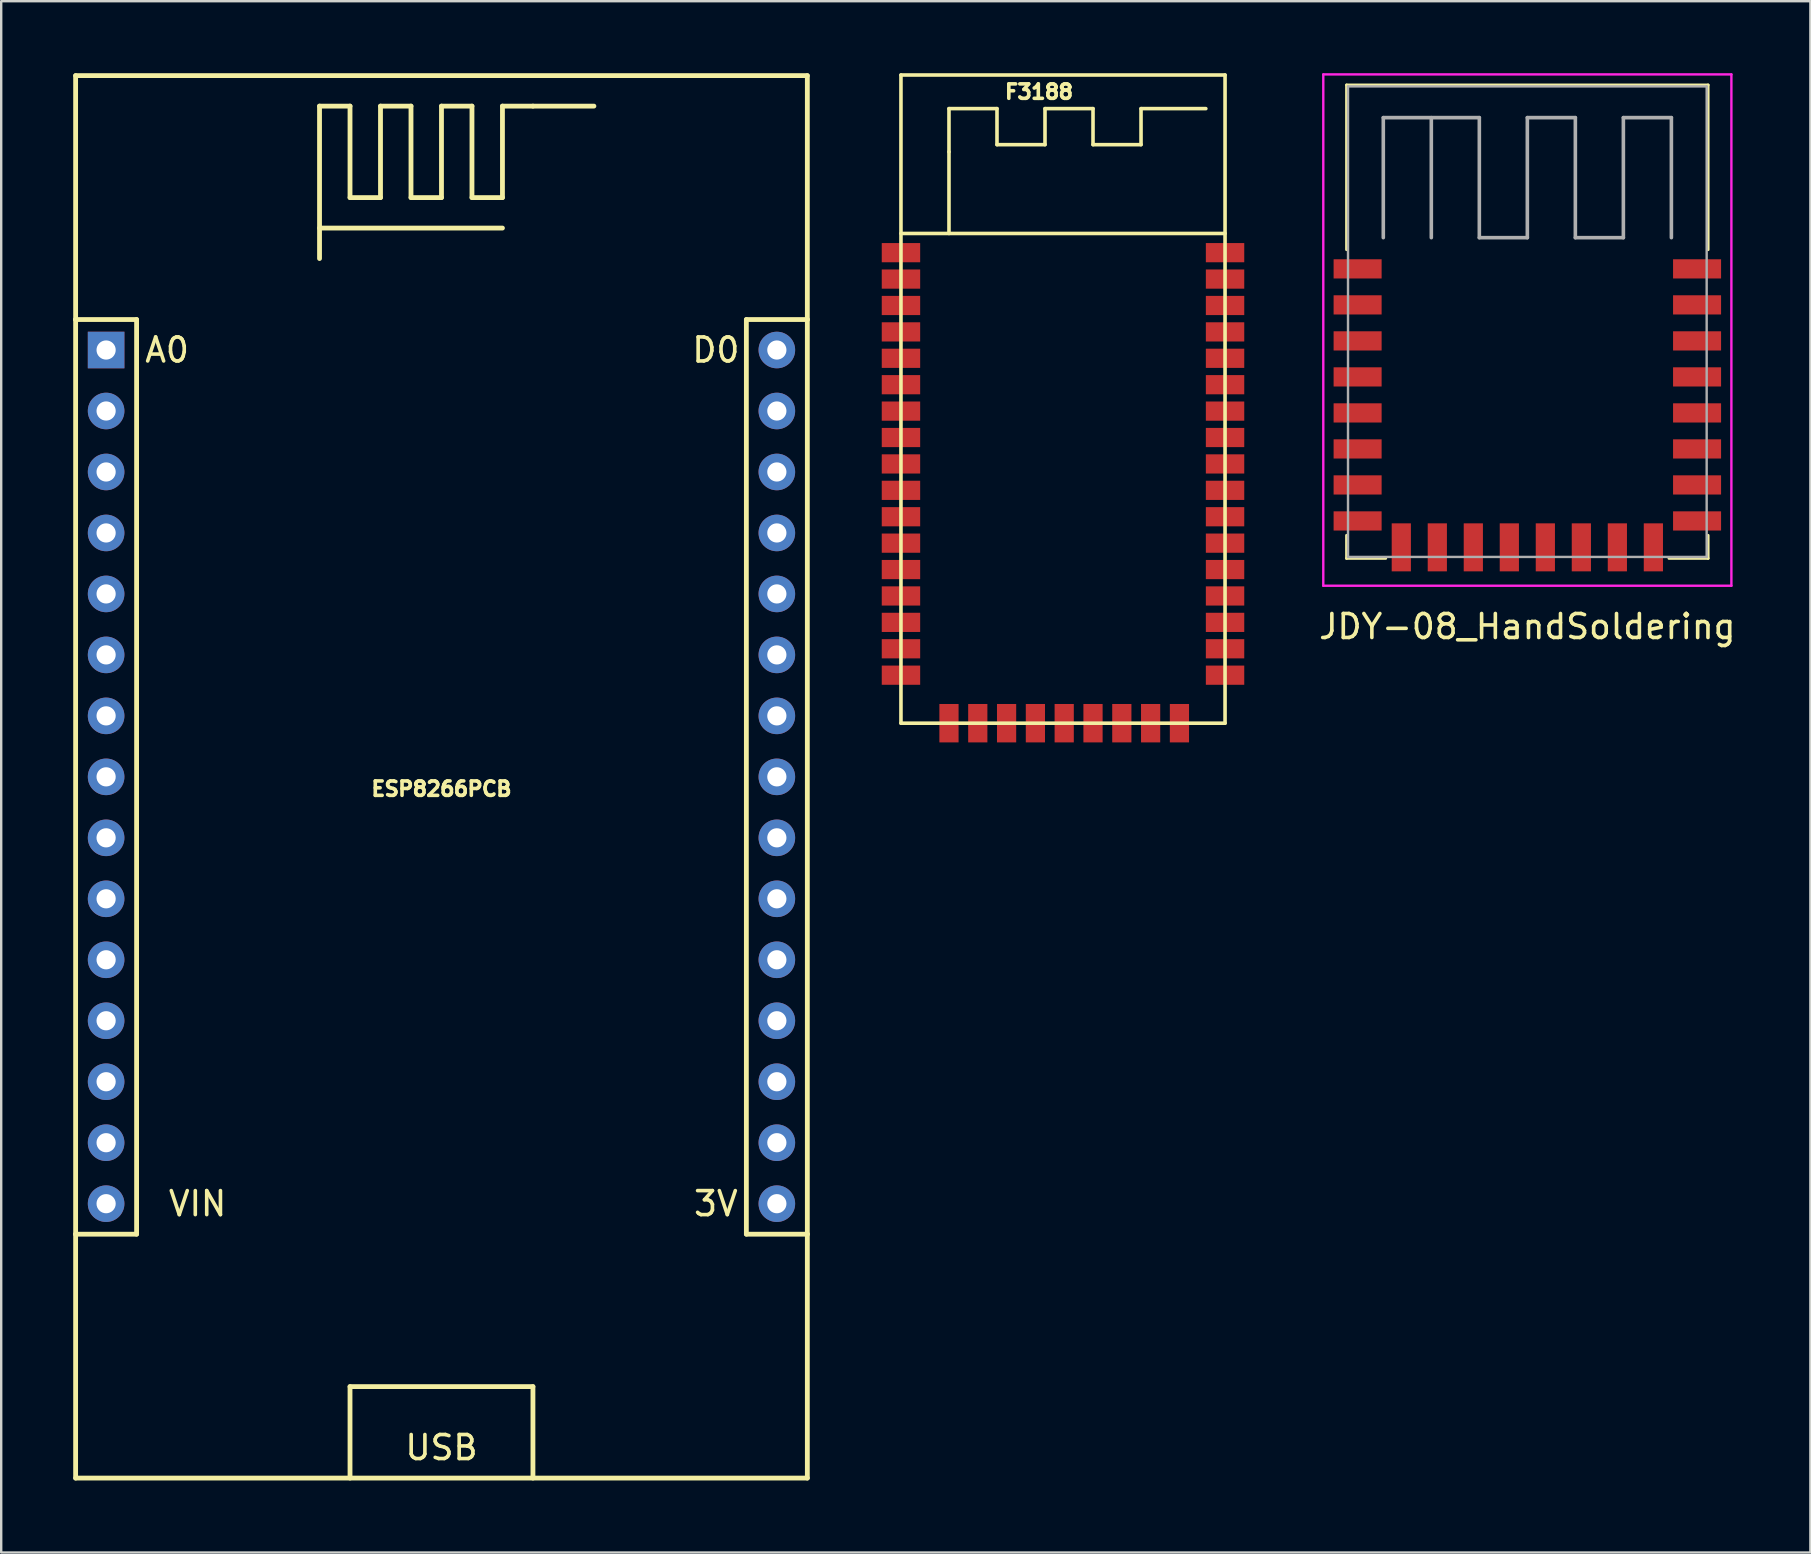
<source format=kicad_pcb>
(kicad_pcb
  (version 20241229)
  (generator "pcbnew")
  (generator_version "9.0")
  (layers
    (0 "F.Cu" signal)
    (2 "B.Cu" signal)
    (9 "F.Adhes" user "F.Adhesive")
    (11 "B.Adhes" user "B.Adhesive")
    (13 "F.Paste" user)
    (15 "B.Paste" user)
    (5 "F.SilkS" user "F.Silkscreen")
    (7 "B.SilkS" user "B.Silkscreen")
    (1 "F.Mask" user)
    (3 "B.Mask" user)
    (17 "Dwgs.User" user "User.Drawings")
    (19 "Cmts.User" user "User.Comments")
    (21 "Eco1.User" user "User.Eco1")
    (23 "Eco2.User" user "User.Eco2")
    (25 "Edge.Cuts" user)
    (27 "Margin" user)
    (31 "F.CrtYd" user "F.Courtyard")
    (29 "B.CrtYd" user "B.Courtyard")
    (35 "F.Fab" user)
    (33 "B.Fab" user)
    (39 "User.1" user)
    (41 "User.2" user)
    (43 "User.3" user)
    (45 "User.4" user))
  (footprint "ESP8266PCB"
    (layer "F.Cu")
    (at 15.34 29.31)
    (property "Reference" "ESP8266PCB" (at 0 0.5 0) (layer "F.SilkS") (effects (font (size 0.6 0.6) (thickness 0.15))))
    (attr through_hole)
    (fp_line (start -15.24 -29.21) (end 15.24 -29.21) (stroke (width 0.2) (type solid)) (layer "F.SilkS"))
    (fp_line (start -15.24 -19.05) (end -15.24 -29.21) (stroke (width 0.2) (type solid)) (layer "F.SilkS"))
    (fp_line (start -15.24 -19.05) (end -12.7 -19.05) (stroke (width 0.2) (type solid)) (layer "F.SilkS"))
    (fp_line (start -15.24 19.05) (end -15.24 -19.05) (stroke (width 0.2) (type solid)) (layer "F.SilkS"))
    (fp_line (start -15.24 19.05) (end -15.24 29.21) (stroke (width 0.2) (type solid)) (layer "F.SilkS"))
    (fp_line (start -15.24 29.21) (end 15.24 29.21) (stroke (width 0.2) (type solid)) (layer "F.SilkS"))
    (fp_line (start -12.7 -19.05) (end -12.7 19.05) (stroke (width 0.2) (type solid)) (layer "F.SilkS"))
    (fp_line (start -12.7 19.05) (end -15.24 19.05) (stroke (width 0.2) (type solid)) (layer "F.SilkS"))
    (fp_line (start -5.08 -27.94) (end -3.81 -27.94) (stroke (width 0.2) (type solid)) (layer "F.SilkS"))
    (fp_line (start -5.08 -22.86) (end 2.54 -22.86) (stroke (width 0.2) (type solid)) (layer "F.SilkS"))
    (fp_line (start -5.08 -21.59) (end -5.08 -27.94) (stroke (width 0.2) (type solid)) (layer "F.SilkS"))
    (fp_line (start -3.81 -27.94) (end -3.81 -24.13) (stroke (width 0.2) (type solid)) (layer "F.SilkS"))
    (fp_line (start -3.81 -24.13) (end -2.54 -24.13) (stroke (width 0.2) (type solid)) (layer "F.SilkS"))
    (fp_line (start -3.81 25.4) (end 3.81 25.4) (stroke (width 0.2) (type solid)) (layer "F.SilkS"))
    (fp_line (start -3.81 29.21) (end -3.81 25.4) (stroke (width 0.2) (type solid)) (layer "F.SilkS"))
    (fp_line (start -2.54 -27.94) (end -1.27 -27.94) (stroke (width 0.2) (type solid)) (layer "F.SilkS"))
    (fp_line (start -2.54 -24.13) (end -2.54 -27.94) (stroke (width 0.2) (type solid)) (layer "F.SilkS"))
    (fp_line (start -1.27 -27.94) (end -1.27 -24.13) (stroke (width 0.2) (type solid)) (layer "F.SilkS"))
    (fp_line (start -1.27 -24.13) (end 0 -24.13) (stroke (width 0.2) (type solid)) (layer "F.SilkS"))
    (fp_line (start 0 -27.94) (end 1.27 -27.94) (stroke (width 0.2) (type solid)) (layer "F.SilkS"))
    (fp_line (start 0 -24.13) (end 0 -27.94) (stroke (width 0.2) (type solid)) (layer "F.SilkS"))
    (fp_line (start 1.27 -27.94) (end 1.27 -24.13) (stroke (width 0.2) (type solid)) (layer "F.SilkS"))
    (fp_line (start 1.27 -24.13) (end 2.54 -24.13) (stroke (width 0.2) (type solid)) (layer "F.SilkS"))
    (fp_line (start 2.54 -27.94) (end 3.81 -27.94) (stroke (width 0.2) (type solid)) (layer "F.SilkS"))
    (fp_line (start 2.54 -24.13) (end 2.54 -27.94) (stroke (width 0.2) (type solid)) (layer "F.SilkS"))
    (fp_line (start 3.81 -27.94) (end 6.35 -27.94) (stroke (width 0.2) (type solid)) (layer "F.SilkS"))
    (fp_line (start 3.81 25.4) (end 3.81 29.21) (stroke (width 0.2) (type solid)) (layer "F.SilkS"))
    (fp_line (start 12.7 -19.05) (end 15.24 -19.05) (stroke (width 0.2) (type solid)) (layer "F.SilkS"))
    (fp_line (start 12.7 19.05) (end 12.7 -19.05) (stroke (width 0.2) (type solid)) (layer "F.SilkS"))
    (fp_line (start 15.24 -29.21) (end 15.24 -19.05) (stroke (width 0.2) (type solid)) (layer "F.SilkS"))
    (fp_line (start 15.24 -19.05) (end 15.24 19.05) (stroke (width 0.2) (type solid)) (layer "F.SilkS"))
    (fp_line (start 15.24 19.05) (end 12.7 19.05) (stroke (width 0.2) (type solid)) (layer "F.SilkS"))
    (fp_line (start 15.24 29.21) (end 15.24 19.05) (stroke (width 0.2) (type solid)) (layer "F.SilkS"))
    (fp_text user "USB" (at 0 27.94 0) (layer "F.SilkS") (effects (font (size 1 1) (thickness 0.15))))
    (fp_text user "A0" (at -11.43 -17.78 0) (layer "F.SilkS") (effects (font (size 1 1) (thickness 0.15))))
    (fp_text user "VIN" (at -10.16 17.78 0) (layer "F.SilkS") (effects (font (size 1 1) (thickness 0.15))))
    (fp_text user "D0" (at 11.43 -17.78 0) (layer "F.SilkS") (effects (font (size 1 1) (thickness 0.15))))
    (fp_text user "3V" (at 11.43 17.78 0) (layer "F.SilkS") (effects (font (size 1 1) (thickness 0.15))))
    (pad "1" thru_hole rect (at -13.97 -17.78) (size 1.524 1.524) (drill 0.8) (layers "*.Cu" "*.Mask"))
    (pad "2" thru_hole circle (at -13.97 -15.24) (size 1.524 1.524) (drill 0.8) (layers "*.Cu" "*.Mask"))
    (pad "3" thru_hole circle (at -13.97 -12.7) (size 1.524 1.524) (drill 0.8) (layers "*.Cu" "*.Mask"))
    (pad "4" thru_hole circle (at -13.97 -10.16) (size 1.524 1.524) (drill 0.8) (layers "*.Cu" "*.Mask"))
    (pad "5" thru_hole circle (at -13.97 -7.62) (size 1.524 1.524) (drill 0.8) (layers "*.Cu" "*.Mask"))
    (pad "6" thru_hole circle (at -13.97 -5.08) (size 1.524 1.524) (drill 0.8) (layers "*.Cu" "*.Mask"))
    (pad "7" thru_hole circle (at -13.97 -2.54) (size 1.524 1.524) (drill 0.8) (layers "*.Cu" "*.Mask"))
    (pad "8" thru_hole circle (at -13.97 0) (size 1.524 1.524) (drill 0.8) (layers "*.Cu" "*.Mask"))
    (pad "9" thru_hole circle (at -13.97 2.54) (size 1.524 1.524) (drill 0.8) (layers "*.Cu" "*.Mask"))
    (pad "10" thru_hole circle (at -13.97 5.08) (size 1.524 1.524) (drill 0.8) (layers "*.Cu" "*.Mask"))
    (pad "11" thru_hole circle (at -13.97 7.62) (size 1.524 1.524) (drill 0.8) (layers "*.Cu" "*.Mask"))
    (pad "12" thru_hole circle (at -13.97 10.16) (size 1.524 1.524) (drill 0.8) (layers "*.Cu" "*.Mask"))
    (pad "13" thru_hole circle (at -13.97 12.7) (size 1.524 1.524) (drill 0.8) (layers "*.Cu" "*.Mask"))
    (pad "14" thru_hole circle (at -13.97 15.24) (size 1.524 1.524) (drill 0.8) (layers "*.Cu" "*.Mask"))
    (pad "15" thru_hole circle (at -13.97 17.78) (size 1.524 1.524) (drill 0.8) (layers "*.Cu" "*.Mask"))
    (pad "16" thru_hole circle (at 13.97 17.78) (size 1.524 1.524) (drill 0.8) (layers "*.Cu" "*.Mask"))
    (pad "17" thru_hole circle (at 13.97 15.24) (size 1.524 1.524) (drill 0.8) (layers "*.Cu" "*.Mask"))
    (pad "18" thru_hole circle (at 13.97 12.7) (size 1.524 1.524) (drill 0.8) (layers "*.Cu" "*.Mask"))
    (pad "19" thru_hole circle (at 13.97 10.16) (size 1.524 1.524) (drill 0.8) (layers "*.Cu" "*.Mask"))
    (pad "20" thru_hole circle (at 13.97 7.62) (size 1.524 1.524) (drill 0.8) (layers "*.Cu" "*.Mask"))
    (pad "21" thru_hole circle (at 13.97 5.08) (size 1.524 1.524) (drill 0.8) (layers "*.Cu" "*.Mask"))
    (pad "22" thru_hole circle (at 13.97 2.54) (size 1.524 1.524) (drill 0.8) (layers "*.Cu" "*.Mask"))
    (pad "23" thru_hole circle (at 13.97 0) (size 1.524 1.524) (drill 0.8) (layers "*.Cu" "*.Mask"))
    (pad "24" thru_hole circle (at 13.97 -2.54) (size 1.524 1.524) (drill 0.8) (layers "*.Cu" "*.Mask"))
    (pad "25" thru_hole circle (at 13.97 -5.08) (size 1.524 1.524) (drill 0.8) (layers "*.Cu" "*.Mask"))
    (pad "26" thru_hole circle (at 13.97 -7.62) (size 1.524 1.524) (drill 0.8) (layers "*.Cu" "*.Mask"))
    (pad "27" thru_hole circle (at 13.97 -10.16) (size 1.524 1.524) (drill 0.8) (layers "*.Cu" "*.Mask"))
    (pad "28" thru_hole circle (at 13.97 -12.7) (size 1.524 1.524) (drill 0.8) (layers "*.Cu" "*.Mask"))
    (pad "29" thru_hole circle (at 13.97 -15.24) (size 1.524 1.524) (drill 0.8) (layers "*.Cu" "*.Mask"))
    (pad "30" thru_hole circle (at 13.97 -17.78) (size 1.524 1.524) (drill 0.8) (layers "*.Cu" "*.Mask")))
  (footprint "JDY-08_HandSoldering"
    (layer "F.Cu")
    (at 60.572 10.35)
    (property "Reference" "JDY-08_HandSoldering" (at 0 12.7 0) (layer "F.SilkS") (effects (font (size 1 1) (thickness 0.15))))
    (attr through_hole)
    (fp_line (start -7.53 -9.86) (end 7.53 -9.86) (stroke (width 0.12) (type solid)) (layer "F.SilkS"))
    (fp_line (start -7.53 -3) (end -7.53 -9.86) (stroke (width 0.12) (type solid)) (layer "F.SilkS"))
    (fp_line (start -7.53 8.9) (end -7.53 9.86) (stroke (width 0.12) (type solid)) (layer "F.SilkS"))
    (fp_line (start -7.53 9.86) (end -5.9 9.86) (stroke (width 0.12) (type solid)) (layer "F.SilkS"))
    (fp_line (start 5.9 9.86) (end 7.53 9.86) (stroke (width 0.12) (type solid)) (layer "F.SilkS"))
    (fp_line (start 7.53 -9.86) (end 7.53 -3) (stroke (width 0.12) (type solid)) (layer "F.SilkS"))
    (fp_line (start 7.53 9.86) (end 7.53 8.9) (stroke (width 0.12) (type solid)) (layer "F.SilkS"))
    (fp_line (start -8.5 -10.3) (end -8.5 11) (stroke (width 0.1) (type solid)) (layer "F.CrtYd"))
    (fp_line (start -8.5 11) (end 8.5 11) (stroke (width 0.1) (type solid)) (layer "F.CrtYd"))
    (fp_line (start 8.5 -10.3) (end -8.5 -10.3) (stroke (width 0.1) (type solid)) (layer "F.CrtYd"))
    (fp_line (start 8.5 11) (end 8.5 -10.3) (stroke (width 0.1) (type solid)) (layer "F.CrtYd"))
    (fp_line (start -7.47 -9.8) (end -7.47 9.8) (stroke (width 0.1) (type solid)) (layer "F.Fab"))
    (fp_line (start -7.47 -9.8) (end 7.47 -9.8) (stroke (width 0.1) (type solid)) (layer "F.Fab"))
    (fp_line (start -7.47 9.8) (end 7.47 9.8) (stroke (width 0.1) (type solid)) (layer "F.Fab"))
    (fp_line (start -6 -8.5) (end -6 -3.5) (stroke (width 0.15) (type solid)) (layer "F.Fab"))
    (fp_line (start -4 -8.5) (end -4 -3.5) (stroke (width 0.15) (type solid)) (layer "F.Fab"))
    (fp_line (start -2 -8.5) (end -6 -8.5) (stroke (width 0.15) (type solid)) (layer "F.Fab"))
    (fp_line (start -2 -3.5) (end -2 -8.5) (stroke (width 0.15) (type solid)) (layer "F.Fab"))
    (fp_line (start 0 -8.5) (end 0 -3.5) (stroke (width 0.15) (type solid)) (layer "F.Fab"))
    (fp_line (start 0 -3.5) (end -2 -3.5) (stroke (width 0.15) (type solid)) (layer "F.Fab"))
    (fp_line (start 2 -8.5) (end 0 -8.5) (stroke (width 0.15) (type solid)) (layer "F.Fab"))
    (fp_line (start 2 -3.5) (end 2 -8.5) (stroke (width 0.15) (type solid)) (layer "F.Fab"))
    (fp_line (start 4 -8.5) (end 4 -3.5) (stroke (width 0.15) (type solid)) (layer "F.Fab"))
    (fp_line (start 4 -3.5) (end 2 -3.5) (stroke (width 0.15) (type solid)) (layer "F.Fab"))
    (fp_line (start 6 -8.5) (end 4 -8.5) (stroke (width 0.15) (type solid)) (layer "F.Fab"))
    (fp_line (start 6 -3.5) (end 6 -8.5) (stroke (width 0.15) (type solid)) (layer "F.Fab"))
    (fp_line (start 7.47 -9.8) (end 7.47 9.8) (stroke (width 0.1) (type solid)) (layer "F.Fab"))
    (pad "1" smd rect (at -7.07 -2.2 180) (size 2 0.8) (layers "F.Cu" "F.Mask" "F.Paste"))
    (pad "2" smd rect (at -7.07 -0.7 180) (size 2 0.8) (layers "F.Cu" "F.Mask" "F.Paste"))
    (pad "3" smd rect (at -7.07 0.8 180) (size 2 0.8) (layers "F.Cu" "F.Mask" "F.Paste"))
    (pad "4" smd rect (at -7.07 2.3 180) (size 2 0.8) (layers "F.Cu" "F.Mask" "F.Paste"))
    (pad "5" smd rect (at -7.07 3.8 180) (size 2 0.8) (layers "F.Cu" "F.Mask" "F.Paste"))
    (pad "6" smd rect (at -7.07 5.3 180) (size 2 0.8) (layers "F.Cu" "F.Mask" "F.Paste"))
    (pad "7" smd rect (at -7.07 6.8 180) (size 2 0.8) (layers "F.Cu" "F.Mask" "F.Paste"))
    (pad "8" smd rect (at -7.07 8.3 180) (size 2 0.8) (layers "F.Cu" "F.Mask" "F.Paste"))
    (pad "9" smd rect (at -5.25 9.4 180) (size 0.8 2) (layers "F.Cu" "F.Mask" "F.Paste"))
    (pad "10" smd rect (at -3.75 9.4 180) (size 0.8 2) (layers "F.Cu" "F.Mask" "F.Paste"))
    (pad "11" smd rect (at -2.25 9.4 180) (size 0.8 2) (layers "F.Cu" "F.Mask" "F.Paste"))
    (pad "12" smd rect (at -0.75 9.4 180) (size 0.8 2) (layers "F.Cu" "F.Mask" "F.Paste"))
    (pad "13" smd rect (at 0.75 9.4 180) (size 0.8 2) (layers "F.Cu" "F.Mask" "F.Paste"))
    (pad "14" smd rect (at 2.25 9.4 180) (size 0.8 2) (layers "F.Cu" "F.Mask" "F.Paste"))
    (pad "15" smd rect (at 3.75 9.4 180) (size 0.8 2) (layers "F.Cu" "F.Mask" "F.Paste"))
    (pad "16" smd rect (at 5.25 9.4 180) (size 0.8 2) (layers "F.Cu" "F.Mask" "F.Paste"))
    (pad "17" smd rect (at 7.07 8.3 180) (size 2 0.8) (layers "F.Cu" "F.Mask" "F.Paste"))
    (pad "18" smd rect (at 7.07 6.8 180) (size 2 0.8) (layers "F.Cu" "F.Mask" "F.Paste"))
    (pad "19" smd rect (at 7.07 5.3 180) (size 2 0.8) (layers "F.Cu" "F.Mask" "F.Paste"))
    (pad "20" smd rect (at 7.07 3.8 180) (size 2 0.8) (layers "F.Cu" "F.Mask" "F.Paste"))
    (pad "21" smd rect (at 7.07 2.3 180) (size 2 0.8) (layers "F.Cu" "F.Mask" "F.Paste"))
    (pad "22" smd rect (at 7.07 0.8 180) (size 2 0.8) (layers "F.Cu" "F.Mask" "F.Paste"))
    (pad "23" smd rect (at 7.07 -0.7 180) (size 2 0.8) (layers "F.Cu" "F.Mask" "F.Paste"))
    (pad "24" smd rect (at 7.07 -2.2 180) (size 2 0.8) (layers "F.Cu" "F.Mask" "F.Paste")))
  (footprint "F3188"
    (layer "F.Cu")
    (at 36.48 6.675)
    (property "Reference" "F3188" (at 3.75 -5.9 0) (layer "F.SilkS") (effects (font (size 0.6 0.6) (thickness 0.15))))
    (attr through_hole)
    (fp_line (start -2 -6.6) (end 11.5 -6.6) (stroke (width 0.15) (type solid)) (layer "F.SilkS"))
    (fp_line (start -2 0) (end 11.5 0) (stroke (width 0.15) (type solid)) (layer "F.SilkS"))
    (fp_line (start -2 20.4) (end -2 -6.6) (stroke (width 0.15) (type solid)) (layer "F.SilkS"))
    (fp_line (start 0 -5.2) (end 2 -5.2) (stroke (width 0.15) (type solid)) (layer "F.SilkS"))
    (fp_line (start 0 -3.4) (end 0 -5.2) (stroke (width 0.15) (type solid)) (layer "F.SilkS"))
    (fp_line (start 0 0) (end 0 -3.4) (stroke (width 0.15) (type solid)) (layer "F.SilkS"))
    (fp_line (start 2 -5.2) (end 2 -3.7) (stroke (width 0.15) (type solid)) (layer "F.SilkS"))
    (fp_line (start 2 -3.7) (end 4 -3.7) (stroke (width 0.15) (type solid)) (layer "F.SilkS"))
    (fp_line (start 4 -5.2) (end 6 -5.2) (stroke (width 0.15) (type solid)) (layer "F.SilkS"))
    (fp_line (start 4 -3.7) (end 4 -5.2) (stroke (width 0.15) (type solid)) (layer "F.SilkS"))
    (fp_line (start 6 -5.2) (end 6 -3.7) (stroke (width 0.15) (type solid)) (layer "F.SilkS"))
    (fp_line (start 6 -3.7) (end 8 -3.7) (stroke (width 0.15) (type solid)) (layer "F.SilkS"))
    (fp_line (start 8 -5.2) (end 10.7 -5.2) (stroke (width 0.15) (type solid)) (layer "F.SilkS"))
    (fp_line (start 8 -3.7) (end 8 -5.2) (stroke (width 0.15) (type solid)) (layer "F.SilkS"))
    (fp_line (start 11.5 -6.6) (end 11.5 20.4) (stroke (width 0.15) (type solid)) (layer "F.SilkS"))
    (fp_line (start 11.5 20.4) (end -2 20.4) (stroke (width 0.15) (type solid)) (layer "F.SilkS"))
    (pad "1" smd rect (at -2 0.8) (size 1.6 0.8) (layers "F.Cu" "F.Mask" "F.Paste"))
    (pad "2" smd rect (at -2 1.9) (size 1.6 0.8) (layers "F.Cu" "F.Mask" "F.Paste"))
    (pad "3" smd rect (at -2 3) (size 1.6 0.8) (layers "F.Cu" "F.Mask" "F.Paste"))
    (pad "4" smd rect (at -2 4.1) (size 1.6 0.8) (layers "F.Cu" "F.Mask" "F.Paste"))
    (pad "5" smd rect (at -2 5.2) (size 1.6 0.8) (layers "F.Cu" "F.Mask" "F.Paste"))
    (pad "6" smd rect (at -2 6.3) (size 1.6 0.8) (layers "F.Cu" "F.Mask" "F.Paste"))
    (pad "7" smd rect (at -2 7.4) (size 1.6 0.8) (layers "F.Cu" "F.Mask" "F.Paste"))
    (pad "8" smd rect (at -2 8.5) (size 1.6 0.8) (layers "F.Cu" "F.Mask" "F.Paste"))
    (pad "9" smd rect (at -2 9.6) (size 1.6 0.8) (layers "F.Cu" "F.Mask" "F.Paste"))
    (pad "10" smd rect (at -2 10.7) (size 1.6 0.8) (layers "F.Cu" "F.Mask" "F.Paste"))
    (pad "11" smd rect (at -2 11.8) (size 1.6 0.8) (layers "F.Cu" "F.Mask" "F.Paste"))
    (pad "12" smd rect (at -2 12.9) (size 1.6 0.8) (layers "F.Cu" "F.Mask" "F.Paste"))
    (pad "13" smd rect (at -2 14) (size 1.6 0.8) (layers "F.Cu" "F.Mask" "F.Paste"))
    (pad "14" smd rect (at -2 15.1) (size 1.6 0.8) (layers "F.Cu" "F.Mask" "F.Paste"))
    (pad "15" smd rect (at -2 16.2) (size 1.6 0.8) (layers "F.Cu" "F.Mask" "F.Paste"))
    (pad "16" smd rect (at -2 17.3) (size 1.6 0.8) (layers "F.Cu" "F.Mask" "F.Paste"))
    (pad "17" smd rect (at -2 18.4) (size 1.6 0.8) (layers "F.Cu" "F.Mask" "F.Paste"))
    (pad "18" smd rect (at 0 20.4 90) (size 1.6 0.8) (layers "F.Cu" "F.Mask" "F.Paste"))
    (pad "19" smd rect (at 1.2 20.4 90) (size 1.6 0.8) (layers "F.Cu" "F.Mask" "F.Paste"))
    (pad "20" smd rect (at 2.4 20.4 90) (size 1.6 0.8) (layers "F.Cu" "F.Mask" "F.Paste"))
    (pad "21" smd rect (at 3.6 20.4 90) (size 1.6 0.8) (layers "F.Cu" "F.Mask" "F.Paste"))
    (pad "22" smd rect (at 4.8 20.4 90) (size 1.6 0.8) (layers "F.Cu" "F.Mask" "F.Paste"))
    (pad "23" smd rect (at 6 20.4 90) (size 1.6 0.8) (layers "F.Cu" "F.Mask" "F.Paste"))
    (pad "24" smd rect (at 7.2 20.4 90) (size 1.6 0.8) (layers "F.Cu" "F.Mask" "F.Paste"))
    (pad "25" smd rect (at 8.4 20.4 90) (size 1.6 0.8) (layers "F.Cu" "F.Mask" "F.Paste"))
    (pad "26" smd rect (at 9.6 20.4 90) (size 1.6 0.8) (layers "F.Cu" "F.Mask" "F.Paste"))
    (pad "27" smd rect (at 11.5 18.4) (size 1.6 0.8) (layers "F.Cu" "F.Mask" "F.Paste"))
    (pad "28" smd rect (at 11.5 17.3) (size 1.6 0.8) (layers "F.Cu" "F.Mask" "F.Paste"))
    (pad "29" smd rect (at 11.5 16.2) (size 1.6 0.8) (layers "F.Cu" "F.Mask" "F.Paste"))
    (pad "30" smd rect (at 11.5 15.1) (size 1.6 0.8) (layers "F.Cu" "F.Mask" "F.Paste"))
    (pad "31" smd rect (at 11.5 14) (size 1.6 0.8) (layers "F.Cu" "F.Mask" "F.Paste"))
    (pad "32" smd rect (at 11.5 12.9) (size 1.6 0.8) (layers "F.Cu" "F.Mask" "F.Paste"))
    (pad "33" smd rect (at 11.5 11.8) (size 1.6 0.8) (layers "F.Cu" "F.Mask" "F.Paste"))
    (pad "34" smd rect (at 11.5 10.7) (size 1.6 0.8) (layers "F.Cu" "F.Mask" "F.Paste"))
    (pad "35" smd rect (at 11.5 9.6) (size 1.6 0.8) (layers "F.Cu" "F.Mask" "F.Paste"))
    (pad "36" smd rect (at 11.5 8.5) (size 1.6 0.8) (layers "F.Cu" "F.Mask" "F.Paste"))
    (pad "37" smd rect (at 11.5 7.4) (size 1.6 0.8) (layers "F.Cu" "F.Mask" "F.Paste"))
    (pad "38" smd rect (at 11.5 6.3) (size 1.6 0.8) (layers "F.Cu" "F.Mask" "F.Paste"))
    (pad "39" smd rect (at 11.5 5.2) (size 1.6 0.8) (layers "F.Cu" "F.Mask" "F.Paste"))
    (pad "40" smd rect (at 11.5 4.1) (size 1.6 0.8) (layers "F.Cu" "F.Mask" "F.Paste"))
    (pad "41" smd rect (at 11.5 3) (size 1.6 0.8) (layers "F.Cu" "F.Mask" "F.Paste"))
    (pad "42" smd rect (at 11.5 1.9) (size 1.6 0.8) (layers "F.Cu" "F.Mask" "F.Paste"))
    (pad "43" smd rect (at 11.5 0.8) (size 1.6 0.8) (layers "F.Cu" "F.Mask" "F.Paste")))
  (gr_rect
    (start -3 -3)
    (end 72.363 61.62)
    (stroke (width 0.1) (type default))
    (fill no)
    (layer "Edge.Cuts")))
</source>
